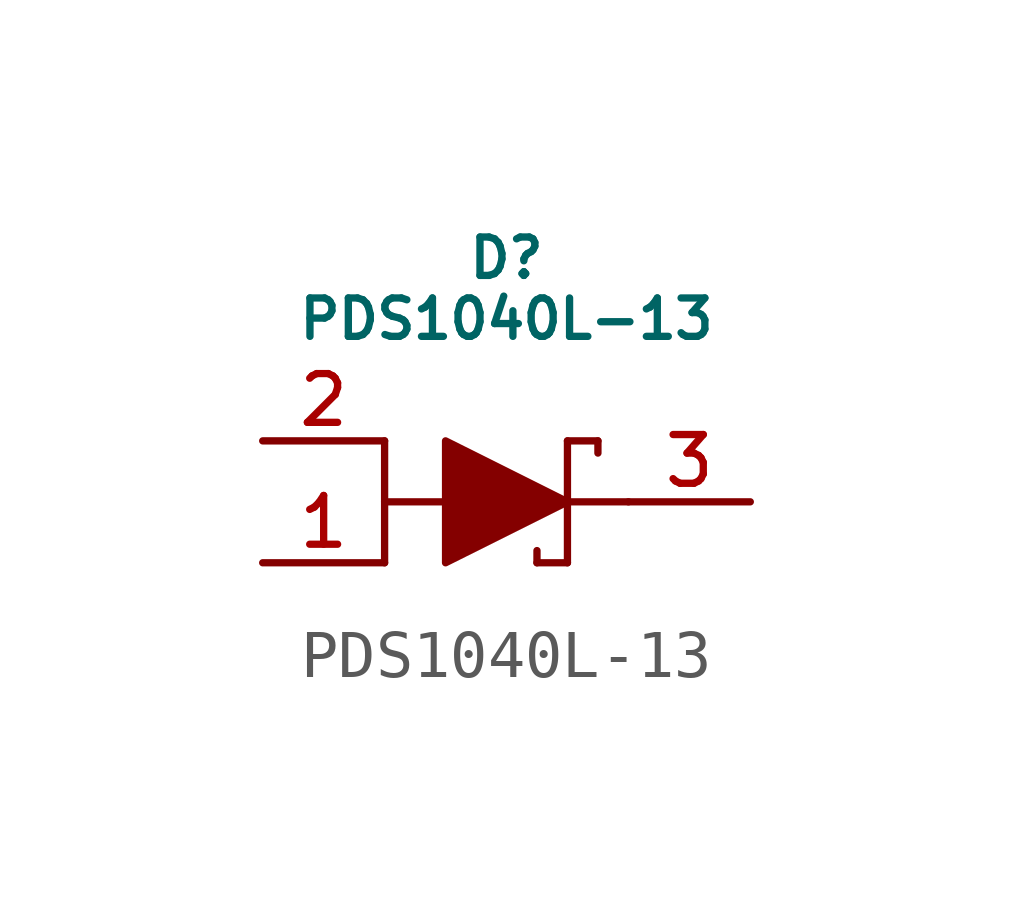
<source format=kicad_sym>
(kicad_symbol_lib
  (version 20220914)
  (generator kicad_symbol_editor)
  (symbol "PDS1040L-13"
    (pin_names
      (offset 1.016))
    (property "Reference" "D"
      (at 0 5.08 0)
      (do_not_autoplace)
      (effects (font (size 0.8 0.8))))
    (property "Value" "PDS1040L-13"
      (at 0 3.81 0)
      (do_not_autoplace)
      (effects (font (size 0.8 0.8))))
    (symbol "PDS1040L-13_0_0"
      (pin passive line (at -5.08 -1.27 0) (length 2.54) (name "~" (effects (font (size 1.016 1.016)))) (number "1" (effects (font (size 1.016 1.016)))))
      (pin passive line (at -5.08 1.27 0) (length 2.54) (name "~" (effects (font (size 1.016 1.016)))) (number "2" (effects (font (size 1.016 1.016)))))
      (pin passive line (at 5.08 0 180) (length 2.54) (name "~" (effects (font (size 1.016 1.016)))) (number "3" (effects (font (size 1.016 1.016))))))
    (symbol "PDS1040L-13_1_0"
      (polyline (pts (xy -2.54 0) (xy -1.27 0)) (stroke (width 0) (type default)) (fill (type none)))
      (polyline (pts (xy 0.635 -1.016) (xy 0.635 -1.27)) (stroke (width 0) (type default)) (fill (type none)))
      (polyline (pts (xy 1.27 -1.27) (xy 0.635 -1.27)) (stroke (width 0) (type default)) (fill (type none)))
      (polyline (pts (xy 1.27 0) (xy 1.27 -1.27)) (stroke (width 0) (type default)) (fill (type none)))
      (polyline (pts (xy 1.27 1.27) (xy 1.27 0)) (stroke (width 0) (type default)) (fill (type none)))
      (polyline (pts (xy 1.905 1.27) (xy 1.27 1.27)) (stroke (width 0) (type default)) (fill (type none)))
      (polyline (pts (xy 1.905 1.27) (xy 1.905 1.016)) (stroke (width 0) (type default)) (fill (type none)))
      (polyline (pts (xy 2.54 0) (xy 1.27 0)) (stroke (width 0) (type default)) (fill (type none))))
    (symbol "PDS1040L-13_1_1"
      (polyline (pts (xy -2.54 -1.27) (xy -2.54 1.27)) (stroke (width 0) (type default)) (fill (type none)))
      (polyline (pts (xy -1.27 0) (xy -1.27 1.27) (xy 1.27 0) (xy -1.27 -1.27) (xy -1.27 0)) (stroke (width 0) (type default)) (fill (type outline))))))
</source>
